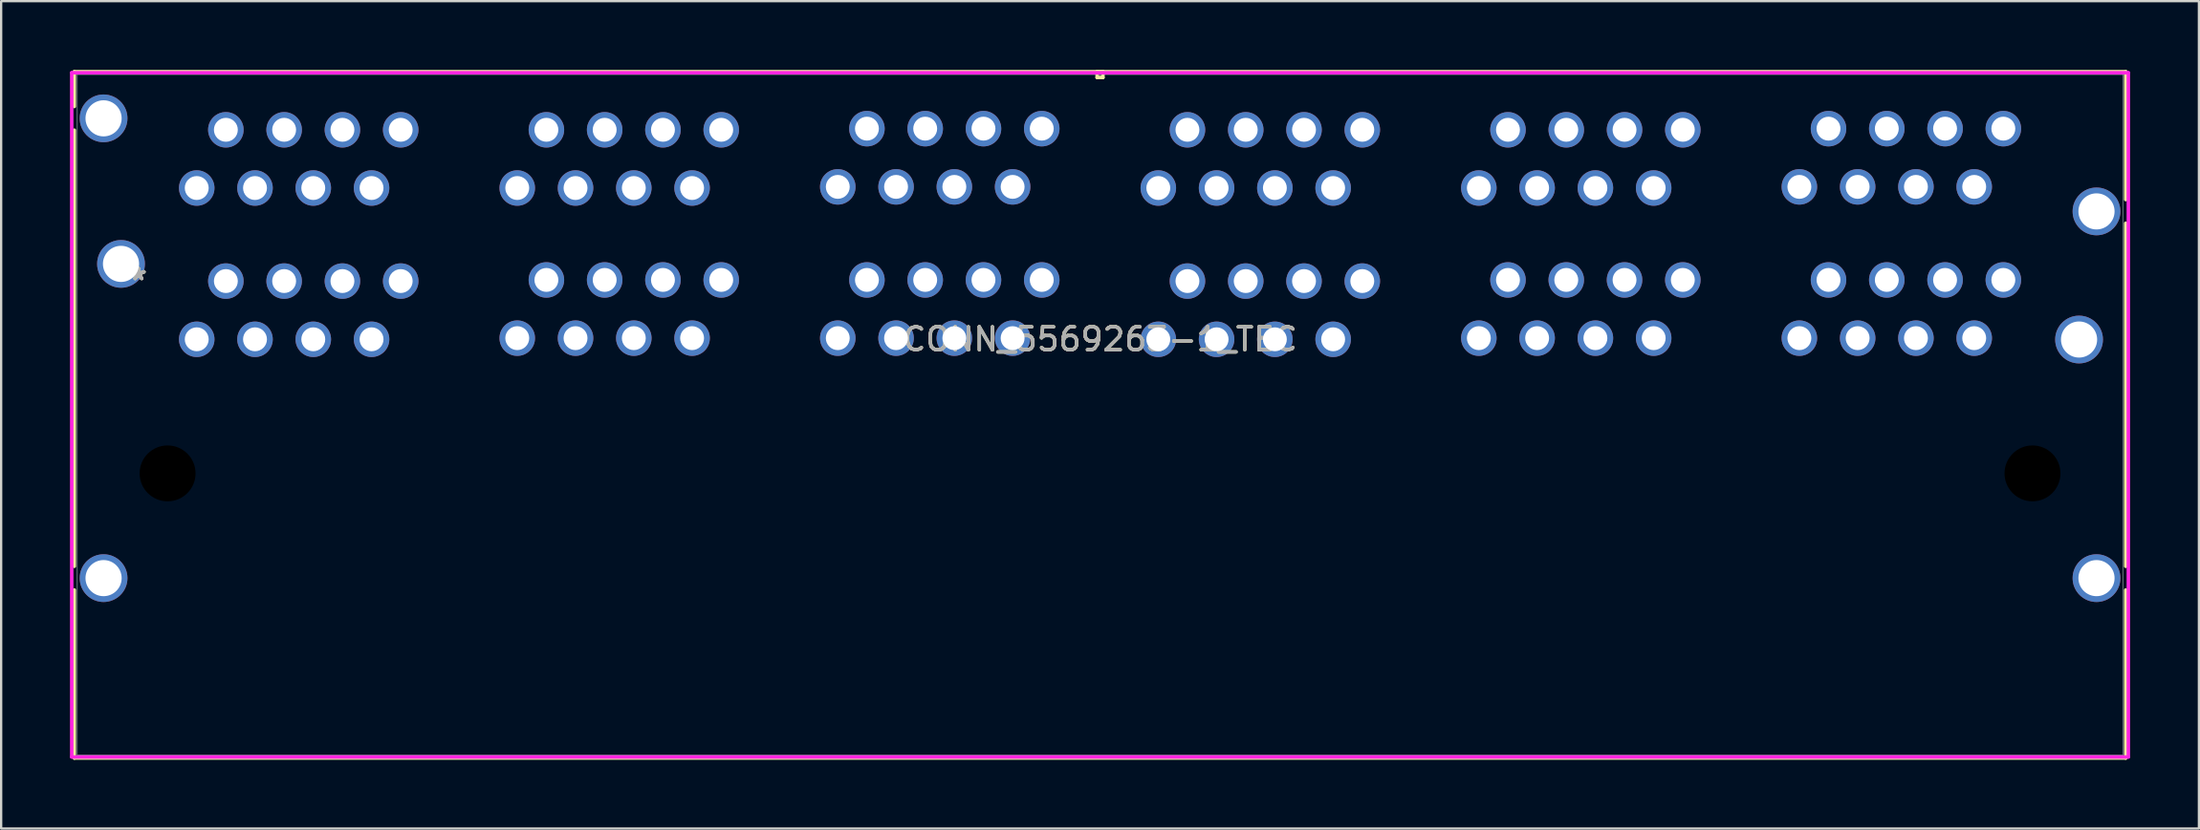
<source format=kicad_pcb>
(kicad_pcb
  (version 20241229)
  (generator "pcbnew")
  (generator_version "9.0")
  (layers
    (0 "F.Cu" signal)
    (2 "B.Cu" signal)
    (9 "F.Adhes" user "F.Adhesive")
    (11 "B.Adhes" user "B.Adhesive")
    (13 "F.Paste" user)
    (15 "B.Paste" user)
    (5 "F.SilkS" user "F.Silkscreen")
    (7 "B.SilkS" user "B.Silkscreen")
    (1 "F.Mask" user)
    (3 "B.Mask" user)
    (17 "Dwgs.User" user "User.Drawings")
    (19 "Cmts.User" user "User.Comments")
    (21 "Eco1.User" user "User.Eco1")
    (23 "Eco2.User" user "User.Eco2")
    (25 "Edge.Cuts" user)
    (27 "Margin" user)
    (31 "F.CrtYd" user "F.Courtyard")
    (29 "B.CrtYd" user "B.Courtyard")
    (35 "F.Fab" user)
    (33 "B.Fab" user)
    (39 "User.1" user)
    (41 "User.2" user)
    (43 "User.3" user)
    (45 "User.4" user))
  (footprint "CONN_5569263-1_TEC"
    (layer "F.Cu")
    (at 5.524 11.753)
    (property "Reference" "CONN_5569263-1_TEC" (at 39.37 0 0) (unlocked yes) (layer "F.SilkS") (effects (font (size 1 1) (thickness 0.15))))
    (attr through_hole)
    (fp_line (start -5.334 -11.677) (end -5.334 -10.155) (stroke (width 0.152) (type solid)) (layer "F.SilkS"))
    (fp_line (start -5.334 -9.125) (end -5.334 9.905) (stroke (width 0.152) (type solid)) (layer "F.SilkS"))
    (fp_line (start -5.334 10.935) (end -5.334 18.27) (stroke (width 0.152) (type solid)) (layer "F.SilkS"))
    (fp_line (start -5.334 18.27) (end 84.074 18.27) (stroke (width 0.152) (type solid)) (layer "F.SilkS"))
    (fp_line (start 39.243 -11.677) (end 39.243 -11.423) (stroke (width 0.152) (type solid)) (layer "F.SilkS"))
    (fp_line (start 39.243 -11.423) (end 39.497 -11.423) (stroke (width 0.152) (type solid)) (layer "F.SilkS"))
    (fp_line (start 39.497 -11.677) (end 39.243 -11.677) (stroke (width 0.152) (type solid)) (layer "F.SilkS"))
    (fp_line (start 39.497 -11.423) (end 39.497 -11.677) (stroke (width 0.152) (type solid)) (layer "F.SilkS"))
    (fp_line (start 84.074 -11.677) (end -5.334 -11.677) (stroke (width 0.152) (type solid)) (layer "F.SilkS"))
    (fp_line (start 84.074 -6.095) (end 84.074 -11.677) (stroke (width 0.152) (type solid)) (layer "F.SilkS"))
    (fp_line (start 84.074 9.905) (end 84.074 -5.065) (stroke (width 0.152) (type solid)) (layer "F.SilkS"))
    (fp_line (start 84.074 18.27) (end 84.074 10.935) (stroke (width 0.152) (type solid)) (layer "F.SilkS"))
    (fp_line (start -5.448 18.223) (end 84.188 18.223) (stroke (width 0.152) (type solid)) (layer "F.CrtYd"))
    (fp_line (start -5.448 -11.63) (end -5.448 18.223) (stroke (width 0.152) (type solid)) (layer "F.CrtYd"))
    (fp_line (start 84.188 18.223) (end 84.188 -11.63) (stroke (width 0.152) (type solid)) (layer "F.CrtYd"))
    (fp_line (start 84.188 -11.63) (end -5.448 -11.63) (stroke (width 0.152) (type solid)) (layer "F.CrtYd"))
    (fp_line (start -5.207 -11.55) (end -5.207 18.143) (stroke (width 0.025) (type solid)) (layer "F.Fab"))
    (fp_line (start -5.207 18.143) (end 83.947 18.143) (stroke (width 0.025) (type solid)) (layer "F.Fab"))
    (fp_line (start 39.37 -11.55) (end 39.37 -11.55) (stroke (width 0.025) (type solid)) (layer "F.Fab"))
    (fp_line (start 39.37 -11.55) (end 39.37 -11.55) (stroke (width 0.025) (type solid)) (layer "F.Fab"))
    (fp_line (start 39.37 -11.55) (end 39.37 -11.55) (stroke (width 0.025) (type solid)) (layer "F.Fab"))
    (fp_line (start 39.37 -11.55) (end 39.37 -11.55) (stroke (width 0.025) (type solid)) (layer "F.Fab"))
    (fp_line (start 83.947 -11.55) (end -5.207 -11.55) (stroke (width 0.025) (type solid)) (layer "F.Fab"))
    (fp_line (start 83.947 18.143) (end 83.947 -11.55) (stroke (width 0.025) (type solid)) (layer "F.Fab"))
    (fp_text user "*" (at -2.54 -2.54 0) (layer "F.SilkS") (effects (font (size 1 1) (thickness 0.15))))
    (fp_text user "*" (at -2.54 -2.54 0) (unlocked yes) (layer "F.SilkS") (effects (font (size 1 1) (thickness 0.15))))
    (fp_text user "${REFERENCE}" (at 39.37 0 0) (unlocked yes) (layer "F.Fab") (effects (font (size 1 1) (thickness 0.15))))
    (fp_text user "*" (at -2.54 -2.54 0) (layer "F.Fab") (effects (font (size 1 1) (thickness 0.15))))
    (fp_text user "*" (at -2.54 -2.54 0) (unlocked yes) (layer "F.Fab") (effects (font (size 1 1) (thickness 0.15))))
    (pad "" np_thru_hole circle (at -1.27 5.85) (size 2.438 2.438) (drill 2.438) (layers))
    (pad "" np_thru_hole circle (at 80.01 5.85) (size 2.438 2.438) (drill 2.438) (layers))
    (pad "1" thru_hole circle (at 0 0) (size 1.549 1.549) (drill 1.041) (layers "*.Cu" "*.Mask"))
    (pad "2" thru_hole circle (at 1.27 -2.54) (size 1.549 1.549) (drill 1.041) (layers "*.Cu" "*.Mask"))
    (pad "3" thru_hole circle (at 2.54 0) (size 1.549 1.549) (drill 1.041) (layers "*.Cu" "*.Mask"))
    (pad "4" thru_hole circle (at 3.81 -2.54) (size 1.549 1.549) (drill 1.041) (layers "*.Cu" "*.Mask"))
    (pad "5" thru_hole circle (at 5.08 0) (size 1.549 1.549) (drill 1.041) (layers "*.Cu" "*.Mask"))
    (pad "6" thru_hole circle (at 6.35 -2.54) (size 1.549 1.549) (drill 1.041) (layers "*.Cu" "*.Mask"))
    (pad "7" thru_hole circle (at 7.62 0) (size 1.549 1.549) (drill 1.041) (layers "*.Cu" "*.Mask"))
    (pad "8" thru_hole circle (at 8.89 -2.54) (size 1.549 1.549) (drill 1.041) (layers "*.Cu" "*.Mask"))
    (pad "9" thru_hole circle (at 8.89 -9.14) (size 1.549 1.549) (drill 1.041) (layers "*.Cu" "*.Mask"))
    (pad "10" thru_hole circle (at 7.62 -6.6) (size 1.549 1.549) (drill 1.041) (layers "*.Cu" "*.Mask"))
    (pad "11" thru_hole circle (at 6.35 -9.14) (size 1.549 1.549) (drill 1.041) (layers "*.Cu" "*.Mask"))
    (pad "12" thru_hole circle (at 5.08 -6.6) (size 1.549 1.549) (drill 1.041) (layers "*.Cu" "*.Mask"))
    (pad "13" thru_hole circle (at 3.81 -9.14) (size 1.549 1.549) (drill 1.041) (layers "*.Cu" "*.Mask"))
    (pad "14" thru_hole circle (at 2.54 -6.6) (size 1.549 1.549) (drill 1.041) (layers "*.Cu" "*.Mask"))
    (pad "15" thru_hole circle (at 1.27 -9.14) (size 1.549 1.549) (drill 1.041) (layers "*.Cu" "*.Mask"))
    (pad "16" thru_hole circle (at 0 -6.6) (size 1.549 1.549) (drill 1.041) (layers "*.Cu" "*.Mask"))
    (pad "17" thru_hole circle (at 13.97 -0.05) (size 1.549 1.549) (drill 1.041) (layers "*.Cu" "*.Mask"))
    (pad "18" thru_hole circle (at 15.24 -2.59) (size 1.549 1.549) (drill 1.041) (layers "*.Cu" "*.Mask"))
    (pad "19" thru_hole circle (at 16.51 -0.05) (size 1.549 1.549) (drill 1.041) (layers "*.Cu" "*.Mask"))
    (pad "20" thru_hole circle (at 17.78 -2.59) (size 1.549 1.549) (drill 1.041) (layers "*.Cu" "*.Mask"))
    (pad "21" thru_hole circle (at 19.05 -0.05) (size 1.549 1.549) (drill 1.041) (layers "*.Cu" "*.Mask"))
    (pad "22" thru_hole circle (at 20.32 -2.59) (size 1.549 1.549) (drill 1.041) (layers "*.Cu" "*.Mask"))
    (pad "23" thru_hole circle (at 21.59 -0.05) (size 1.549 1.549) (drill 1.041) (layers "*.Cu" "*.Mask"))
    (pad "24" thru_hole circle (at 22.86 -2.59) (size 1.549 1.549) (drill 1.041) (layers "*.Cu" "*.Mask"))
    (pad "25" thru_hole circle (at 22.86 -9.14) (size 1.549 1.549) (drill 1.041) (layers "*.Cu" "*.Mask"))
    (pad "26" thru_hole circle (at 21.59 -6.6) (size 1.549 1.549) (drill 1.041) (layers "*.Cu" "*.Mask"))
    (pad "27" thru_hole circle (at 20.32 -9.14) (size 1.549 1.549) (drill 1.041) (layers "*.Cu" "*.Mask"))
    (pad "28" thru_hole circle (at 19.05 -6.6) (size 1.549 1.549) (drill 1.041) (layers "*.Cu" "*.Mask"))
    (pad "29" thru_hole circle (at 17.78 -9.14) (size 1.549 1.549) (drill 1.041) (layers "*.Cu" "*.Mask"))
    (pad "30" thru_hole circle (at 16.51 -6.6) (size 1.549 1.549) (drill 1.041) (layers "*.Cu" "*.Mask"))
    (pad "31" thru_hole circle (at 15.24 -9.14) (size 1.549 1.549) (drill 1.041) (layers "*.Cu" "*.Mask"))
    (pad "32" thru_hole circle (at 13.97 -6.6) (size 1.549 1.549) (drill 1.041) (layers "*.Cu" "*.Mask"))
    (pad "33" thru_hole circle (at 27.94 -0.05) (size 1.549 1.549) (drill 1.041) (layers "*.Cu" "*.Mask"))
    (pad "34" thru_hole circle (at 29.21 -2.59) (size 1.549 1.549) (drill 1.041) (layers "*.Cu" "*.Mask"))
    (pad "35" thru_hole circle (at 30.48 -0.05) (size 1.549 1.549) (drill 1.041) (layers "*.Cu" "*.Mask"))
    (pad "36" thru_hole circle (at 31.75 -2.59) (size 1.549 1.549) (drill 1.041) (layers "*.Cu" "*.Mask"))
    (pad "37" thru_hole circle (at 33.02 -0.05) (size 1.549 1.549) (drill 1.041) (layers "*.Cu" "*.Mask"))
    (pad "38" thru_hole circle (at 34.29 -2.59) (size 1.549 1.549) (drill 1.041) (layers "*.Cu" "*.Mask"))
    (pad "39" thru_hole circle (at 35.56 -0.05) (size 1.549 1.549) (drill 1.041) (layers "*.Cu" "*.Mask"))
    (pad "40" thru_hole circle (at 36.83 -2.59) (size 1.549 1.549) (drill 1.041) (layers "*.Cu" "*.Mask"))
    (pad "41" thru_hole circle (at 36.83 -9.19) (size 1.549 1.549) (drill 1.041) (layers "*.Cu" "*.Mask"))
    (pad "42" thru_hole circle (at 35.56 -6.65) (size 1.549 1.549) (drill 1.041) (layers "*.Cu" "*.Mask"))
    (pad "43" thru_hole circle (at 34.29 -9.19) (size 1.549 1.549) (drill 1.041) (layers "*.Cu" "*.Mask"))
    (pad "44" thru_hole circle (at 33.02 -6.65) (size 1.549 1.549) (drill 1.041) (layers "*.Cu" "*.Mask"))
    (pad "45" thru_hole circle (at 31.75 -9.19) (size 1.549 1.549) (drill 1.041) (layers "*.Cu" "*.Mask"))
    (pad "46" thru_hole circle (at 30.48 -6.65) (size 1.549 1.549) (drill 1.041) (layers "*.Cu" "*.Mask"))
    (pad "47" thru_hole circle (at 29.21 -9.19) (size 1.549 1.549) (drill 1.041) (layers "*.Cu" "*.Mask"))
    (pad "48" thru_hole circle (at 27.94 -6.65) (size 1.549 1.549) (drill 1.041) (layers "*.Cu" "*.Mask"))
    (pad "49" thru_hole circle (at 41.91 0) (size 1.549 1.549) (drill 1.041) (layers "*.Cu" "*.Mask"))
    (pad "50" thru_hole circle (at 43.18 -2.54) (size 1.549 1.549) (drill 1.041) (layers "*.Cu" "*.Mask"))
    (pad "51" thru_hole circle (at 44.45 0) (size 1.549 1.549) (drill 1.041) (layers "*.Cu" "*.Mask"))
    (pad "52" thru_hole circle (at 45.72 -2.54) (size 1.549 1.549) (drill 1.041) (layers "*.Cu" "*.Mask"))
    (pad "53" thru_hole circle (at 46.99 0) (size 1.549 1.549) (drill 1.041) (layers "*.Cu" "*.Mask"))
    (pad "54" thru_hole circle (at 48.26 -2.54) (size 1.549 1.549) (drill 1.041) (layers "*.Cu" "*.Mask"))
    (pad "55" thru_hole circle (at 49.53 0) (size 1.549 1.549) (drill 1.041) (layers "*.Cu" "*.Mask"))
    (pad "56" thru_hole circle (at 50.8 -2.54) (size 1.549 1.549) (drill 1.041) (layers "*.Cu" "*.Mask"))
    (pad "57" thru_hole circle (at 50.8 -9.14) (size 1.549 1.549) (drill 1.041) (layers "*.Cu" "*.Mask"))
    (pad "58" thru_hole circle (at 49.53 -6.6) (size 1.549 1.549) (drill 1.041) (layers "*.Cu" "*.Mask"))
    (pad "59" thru_hole circle (at 48.26 -9.14) (size 1.549 1.549) (drill 1.041) (layers "*.Cu" "*.Mask"))
    (pad "60" thru_hole circle (at 46.99 -6.6) (size 1.549 1.549) (drill 1.041) (layers "*.Cu" "*.Mask"))
    (pad "61" thru_hole circle (at 45.72 -9.14) (size 1.549 1.549) (drill 1.041) (layers "*.Cu" "*.Mask"))
    (pad "62" thru_hole circle (at 44.45 -6.6) (size 1.549 1.549) (drill 1.041) (layers "*.Cu" "*.Mask"))
    (pad "63" thru_hole circle (at 43.18 -9.14) (size 1.549 1.549) (drill 1.041) (layers "*.Cu" "*.Mask"))
    (pad "64" thru_hole circle (at 41.91 -6.6) (size 1.549 1.549) (drill 1.041) (layers "*.Cu" "*.Mask"))
    (pad "65" thru_hole circle (at 55.88 -0.05) (size 1.549 1.549) (drill 1.041) (layers "*.Cu" "*.Mask"))
    (pad "66" thru_hole circle (at 57.15 -2.59) (size 1.549 1.549) (drill 1.041) (layers "*.Cu" "*.Mask"))
    (pad "67" thru_hole circle (at 58.42 -0.05) (size 1.549 1.549) (drill 1.041) (layers "*.Cu" "*.Mask"))
    (pad "68" thru_hole circle (at 59.69 -2.59) (size 1.549 1.549) (drill 1.041) (layers "*.Cu" "*.Mask"))
    (pad "69" thru_hole circle (at 60.96 -0.05) (size 1.549 1.549) (drill 1.041) (layers "*.Cu" "*.Mask"))
    (pad "70" thru_hole circle (at 62.23 -2.59) (size 1.549 1.549) (drill 1.041) (layers "*.Cu" "*.Mask"))
    (pad "71" thru_hole circle (at 63.5 -0.05) (size 1.549 1.549) (drill 1.041) (layers "*.Cu" "*.Mask"))
    (pad "72" thru_hole circle (at 64.77 -2.59) (size 1.549 1.549) (drill 1.041) (layers "*.Cu" "*.Mask"))
    (pad "73" thru_hole circle (at 64.77 -9.14) (size 1.549 1.549) (drill 1.041) (layers "*.Cu" "*.Mask"))
    (pad "74" thru_hole circle (at 63.5 -6.6) (size 1.549 1.549) (drill 1.041) (layers "*.Cu" "*.Mask"))
    (pad "75" thru_hole circle (at 62.23 -9.14) (size 1.549 1.549) (drill 1.041) (layers "*.Cu" "*.Mask"))
    (pad "76" thru_hole circle (at 60.96 -6.6) (size 1.549 1.549) (drill 1.041) (layers "*.Cu" "*.Mask"))
    (pad "77" thru_hole circle (at 59.69 -9.14) (size 1.549 1.549) (drill 1.041) (layers "*.Cu" "*.Mask"))
    (pad "78" thru_hole circle (at 58.42 -6.6) (size 1.549 1.549) (drill 1.041) (layers "*.Cu" "*.Mask"))
    (pad "79" thru_hole circle (at 57.15 -9.14) (size 1.549 1.549) (drill 1.041) (layers "*.Cu" "*.Mask"))
    (pad "80" thru_hole circle (at 55.88 -6.6) (size 1.549 1.549) (drill 1.041) (layers "*.Cu" "*.Mask"))
    (pad "81" thru_hole circle (at 69.85 -0.05) (size 1.549 1.549) (drill 1.041) (layers "*.Cu" "*.Mask"))
    (pad "82" thru_hole circle (at 71.12 -2.59) (size 1.549 1.549) (drill 1.041) (layers "*.Cu" "*.Mask"))
    (pad "83" thru_hole circle (at 72.39 -0.05) (size 1.549 1.549) (drill 1.041) (layers "*.Cu" "*.Mask"))
    (pad "84" thru_hole circle (at 73.66 -2.59) (size 1.549 1.549) (drill 1.041) (layers "*.Cu" "*.Mask"))
    (pad "85" thru_hole circle (at 74.93 -0.05) (size 1.549 1.549) (drill 1.041) (layers "*.Cu" "*.Mask"))
    (pad "86" thru_hole circle (at 76.2 -2.59) (size 1.549 1.549) (drill 1.041) (layers "*.Cu" "*.Mask"))
    (pad "87" thru_hole circle (at 77.47 -0.05) (size 1.549 1.549) (drill 1.041) (layers "*.Cu" "*.Mask"))
    (pad "88" thru_hole circle (at 78.74 -2.59) (size 1.549 1.549) (drill 1.041) (layers "*.Cu" "*.Mask"))
    (pad "89" thru_hole circle (at 78.74 -9.19) (size 1.549 1.549) (drill 1.041) (layers "*.Cu" "*.Mask"))
    (pad "90" thru_hole circle (at 77.47 -6.65) (size 1.549 1.549) (drill 1.041) (layers "*.Cu" "*.Mask"))
    (pad "91" thru_hole circle (at 76.2 -9.19) (size 1.549 1.549) (drill 1.041) (layers "*.Cu" "*.Mask"))
    (pad "92" thru_hole circle (at 74.93 -6.65) (size 1.549 1.549) (drill 1.041) (layers "*.Cu" "*.Mask"))
    (pad "93" thru_hole circle (at 73.66 -9.19) (size 1.549 1.549) (drill 1.041) (layers "*.Cu" "*.Mask"))
    (pad "94" thru_hole circle (at 72.39 -6.65) (size 1.549 1.549) (drill 1.041) (layers "*.Cu" "*.Mask"))
    (pad "95" thru_hole circle (at 71.12 -9.19) (size 1.549 1.549) (drill 1.041) (layers "*.Cu" "*.Mask"))
    (pad "96" thru_hole circle (at 69.85 -6.65) (size 1.549 1.549) (drill 1.041) (layers "*.Cu" "*.Mask"))
    (pad "99" thru_hole circle (at -4.06 10.42) (size 2.083 2.083) (drill 1.575) (layers "*.Cu" "*.Mask"))
    (pad "100" thru_hole circle (at 82.8 10.42) (size 2.083 2.083) (drill 1.575) (layers "*.Cu" "*.Mask"))
    (pad "101" thru_hole circle (at -4.06 -9.64) (size 2.083 2.083) (drill 1.575) (layers "*.Cu" "*.Mask"))
    (pad "102" thru_hole circle (at -3.3 -3.29) (size 2.083 2.083) (drill 1.575) (layers "*.Cu" "*.Mask"))
    (pad "103" thru_hole circle (at 82.8 -5.58) (size 2.083 2.083) (drill 1.575) (layers "*.Cu" "*.Mask"))
    (pad "104" thru_hole circle (at 82.04 0.01) (size 2.083 2.083) (drill 1.575) (layers "*.Cu" "*.Mask")))
  (gr_rect
    (start -3 -3)
    (end 92.788 33.099)
    (stroke (width 0.1) (type default))
    (fill no)
    (layer "Edge.Cuts")))
</source>
